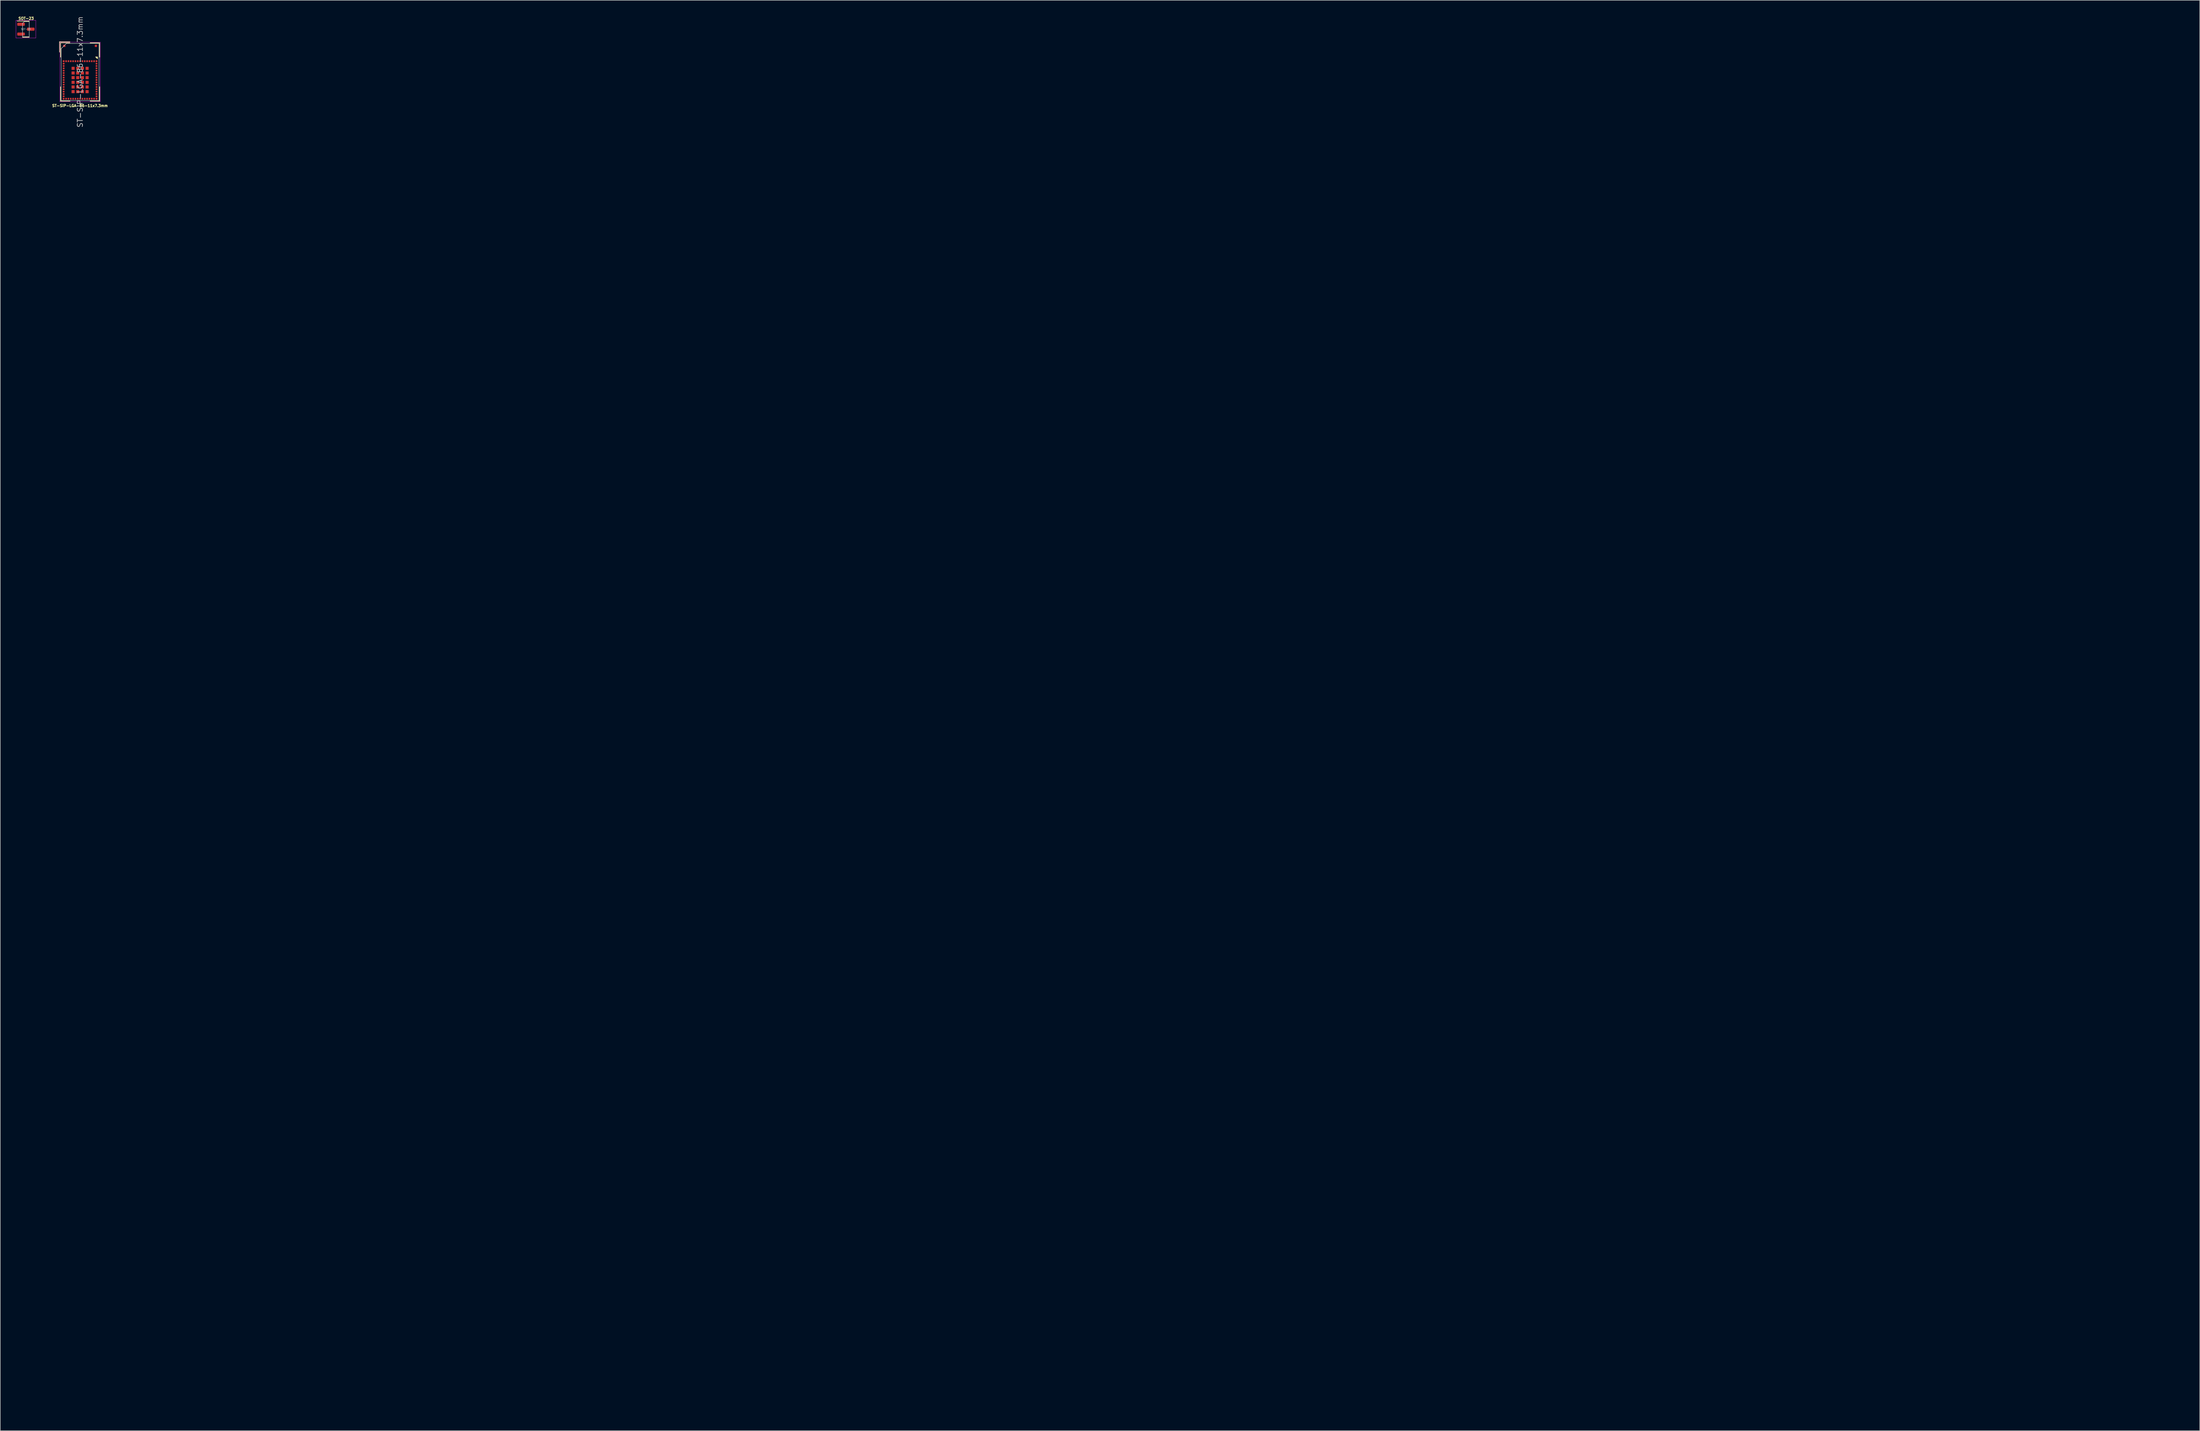
<source format=kicad_pcb>
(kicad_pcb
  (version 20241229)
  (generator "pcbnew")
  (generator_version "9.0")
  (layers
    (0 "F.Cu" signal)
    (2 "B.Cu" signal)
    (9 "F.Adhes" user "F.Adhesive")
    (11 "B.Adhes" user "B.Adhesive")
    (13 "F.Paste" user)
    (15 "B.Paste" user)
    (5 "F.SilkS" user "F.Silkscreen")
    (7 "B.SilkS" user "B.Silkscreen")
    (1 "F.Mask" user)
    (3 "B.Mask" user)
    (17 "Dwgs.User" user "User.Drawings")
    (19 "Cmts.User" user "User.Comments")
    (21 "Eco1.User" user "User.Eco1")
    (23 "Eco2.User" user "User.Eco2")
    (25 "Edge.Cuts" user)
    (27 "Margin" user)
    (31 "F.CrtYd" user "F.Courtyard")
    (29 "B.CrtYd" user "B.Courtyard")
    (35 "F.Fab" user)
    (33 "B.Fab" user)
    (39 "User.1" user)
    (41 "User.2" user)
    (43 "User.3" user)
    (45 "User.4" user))
  (footprint "ST-SiP-LGA-86-11x7.3mm"
    (layer "F.Cu")
    (at 12.408 10.839)
    (property "Reference" "ST-SiP-LGA-86-11x7.3mm" (at -0.024 6.515 0) (unlocked yes) (layer "F.SilkS") (effects (font (size 0.5 0.5) (thickness 0.125))))
    (attr smd)
    (fp_line (start -3.97 -3.83) (end -3.97 -5.83) (stroke (width 0.12) (type solid)) (layer "F.SilkS"))
    (fp_line (start -3.77 -5.625) (end -3.77 -2.87) (stroke (width 0.12) (type solid)) (layer "F.SilkS"))
    (fp_line (start -3.77 5.62) (end -3.77 2.87) (stroke (width 0.12) (type solid)) (layer "F.SilkS"))
    (fp_line (start -1.97 -5.83) (end -3.97 -5.83) (stroke (width 0.12) (type solid)) (layer "F.SilkS"))
    (fp_line (start -1.97 -5.625) (end -3.77 -5.625) (stroke (width 0.12) (type solid)) (layer "F.SilkS"))
    (fp_line (start -1.945 5.62) (end -3.77 5.62) (stroke (width 0.12) (type solid)) (layer "F.SilkS"))
    (fp_line (start 1.945 -5.62) (end 3.77 -5.62) (stroke (width 0.12) (type solid)) (layer "F.SilkS"))
    (fp_line (start 1.945 5.62) (end 3.77 5.62) (stroke (width 0.12) (type solid)) (layer "F.SilkS"))
    (fp_line (start 3.77 -5.62) (end 3.77 -2.87) (stroke (width 0.12) (type solid)) (layer "F.SilkS"))
    (fp_line (start 3.77 5.62) (end 3.77 2.87) (stroke (width 0.12) (type solid)) (layer "F.SilkS"))
    (fp_poly (pts (xy 3.35 -2.55) (xy 3 -2.9) (xy 3.35 -2.9)) (stroke (width 0.12) (type solid)) (fill yes) (layer "F.SilkS"))
    (fp_line (start -3.9 -5.75) (end 3.9 -5.75) (stroke (width 0.05) (type solid)) (layer "F.CrtYd"))
    (fp_line (start -3.9 5.75) (end -3.9 -5.75) (stroke (width 0.05) (type solid)) (layer "F.CrtYd"))
    (fp_line (start 3.9 -5.75) (end 3.9 5.75) (stroke (width 0.05) (type solid)) (layer "F.CrtYd"))
    (fp_line (start 3.9 5.75) (end -3.9 5.75) (stroke (width 0.05) (type solid)) (layer "F.CrtYd"))
    (fp_line (start -3.65 -4.5) (end -3.65 5.5) (stroke (width 0.1) (type solid)) (layer "F.Fab"))
    (fp_line (start -3.65 5.5) (end 3.65 5.5) (stroke (width 0.1) (type solid)) (layer "F.Fab"))
    (fp_line (start -2.65 -5.5) (end -3.65 -4.5) (stroke (width 0.1) (type solid)) (layer "F.Fab"))
    (fp_line (start 3.65 -5.5) (end -2.65 -5.5) (stroke (width 0.1) (type solid)) (layer "F.Fab"))
    (fp_line (start 3.65 5.5) (end 3.65 -5.5) (stroke (width 0.1) (type solid)) (layer "F.Fab"))
    (fp_text user "${REFERENCE}" (at 0 0 270) (layer "F.Fab") (effects (font (size 1 1) (thickness 0.15))))
    (pad "1" smd rect (at -3.175 -2.075) (size 0.35 0.35) (layers "F.Cu" "F.Mask" "F.Paste"))
    (pad "2" smd rect (at -3.175 -1.6) (size 0.35 0.3) (layers "F.Cu" "F.Mask" "F.Paste"))
    (pad "3" smd rect (at -3.175 -1.15) (size 0.35 0.3) (layers "F.Cu" "F.Mask" "F.Paste"))
    (pad "4" smd rect (at -3.175 -0.7) (size 0.35 0.3) (layers "F.Cu" "F.Mask" "F.Paste"))
    (pad "5" smd rect (at -3.175 -0.25) (size 0.35 0.3) (layers "F.Cu" "F.Mask" "F.Paste"))
    (pad "6" smd rect (at -3.175 0.2) (size 0.35 0.3) (layers "F.Cu" "F.Mask" "F.Paste"))
    (pad "7" smd rect (at -3.175 0.65) (size 0.35 0.3) (layers "F.Cu" "F.Mask" "F.Paste"))
    (pad "8" smd rect (at -3.175 1.1) (size 0.35 0.3) (layers "F.Cu" "F.Mask" "F.Paste"))
    (pad "9" smd rect (at -3.175 1.55) (size 0.35 0.3) (layers "F.Cu" "F.Mask" "F.Paste"))
    (pad "10" smd rect (at -3.175 2) (size 0.35 0.3) (layers "F.Cu" "F.Mask" "F.Paste"))
    (pad "11" smd rect (at -3.175 2.45) (size 0.35 0.3) (layers "F.Cu" "F.Mask" "F.Paste"))
    (pad "12" smd rect (at -3.175 2.9) (size 0.35 0.3) (layers "F.Cu" "F.Mask" "F.Paste"))
    (pad "13" smd rect (at -3.175 3.35) (size 0.35 0.3) (layers "F.Cu" "F.Mask" "F.Paste"))
    (pad "14" smd rect (at -3.175 3.8) (size 0.35 0.3) (layers "F.Cu" "F.Mask" "F.Paste"))
    (pad "15" smd rect (at -3.175 4.25) (size 0.35 0.3) (layers "F.Cu" "F.Mask" "F.Paste"))
    (pad "16" smd rect (at -3.175 4.7) (size 0.35 0.3) (layers "F.Cu" "F.Mask" "F.Paste"))
    (pad "17" smd rect (at -3.175 5.175) (size 0.35 0.35) (layers "F.Cu" "F.Mask" "F.Paste"))
    (pad "18" smd rect (at -2.7 5.175) (size 0.3 0.35) (layers "F.Cu" "F.Mask" "F.Paste"))
    (pad "19" smd rect (at -2.25 5.175) (size 0.3 0.35) (layers "F.Cu" "F.Mask" "F.Paste"))
    (pad "20" smd rect (at -1.8 5.175) (size 0.3 0.35) (layers "F.Cu" "F.Mask" "F.Paste"))
    (pad "21" smd rect (at -1.35 5.175) (size 0.3 0.35) (layers "F.Cu" "F.Mask" "F.Paste"))
    (pad "22" smd rect (at -0.9 5.175) (size 0.3 0.35) (layers "F.Cu" "F.Mask" "F.Paste"))
    (pad "23" smd rect (at -0.45 5.175) (size 0.3 0.35) (layers "F.Cu" "F.Mask" "F.Paste"))
    (pad "24" smd rect (at 0 5.175) (size 0.3 0.35) (layers "F.Cu" "F.Mask" "F.Paste"))
    (pad "25" smd rect (at 0.45 5.175) (size 0.3 0.35) (layers "F.Cu" "F.Mask" "F.Paste"))
    (pad "26" smd rect (at 0.9 5.175) (size 0.3 0.35) (layers "F.Cu" "F.Mask" "F.Paste"))
    (pad "27" smd rect (at 1.35 5.175) (size 0.3 0.35) (layers "F.Cu" "F.Mask" "F.Paste"))
    (pad "28" smd rect (at 1.8 5.175) (size 0.3 0.35) (layers "F.Cu" "F.Mask" "F.Paste"))
    (pad "29" smd rect (at 2.25 5.175) (size 0.3 0.35) (layers "F.Cu" "F.Mask" "F.Paste"))
    (pad "30" smd rect (at 2.7 5.175) (size 0.3 0.35) (layers "F.Cu" "F.Mask" "F.Paste"))
    (pad "31" smd rect (at 3.175 5.175) (size 0.35 0.35) (layers "F.Cu" "F.Mask" "F.Paste"))
    (pad "32" smd rect (at 3.175 4.7) (size 0.35 0.3) (layers "F.Cu" "F.Mask" "F.Paste"))
    (pad "33" smd rect (at 3.175 4.25) (size 0.35 0.3) (layers "F.Cu" "F.Mask" "F.Paste"))
    (pad "34" smd rect (at 3.175 3.8) (size 0.35 0.3) (layers "F.Cu" "F.Mask" "F.Paste"))
    (pad "35" smd rect (at 3.175 3.35) (size 0.35 0.3) (layers "F.Cu" "F.Mask" "F.Paste"))
    (pad "36" smd rect (at 3.175 2.9) (size 0.35 0.3) (layers "F.Cu" "F.Mask" "F.Paste"))
    (pad "37" smd rect (at 3.175 2.45) (size 0.35 0.3) (layers "F.Cu" "F.Mask" "F.Paste"))
    (pad "38" smd rect (at 3.175 2) (size 0.35 0.3) (layers "F.Cu" "F.Mask" "F.Paste"))
    (pad "39" smd rect (at 3.175 1.55) (size 0.35 0.3) (layers "F.Cu" "F.Mask" "F.Paste"))
    (pad "40" smd rect (at 3.175 1.1) (size 0.35 0.3) (layers "F.Cu" "F.Mask" "F.Paste"))
    (pad "41" smd rect (at 3.175 0.65) (size 0.35 0.3) (layers "F.Cu" "F.Mask" "F.Paste"))
    (pad "42" smd rect (at 3.175 0.2) (size 0.35 0.3) (layers "F.Cu" "F.Mask" "F.Paste"))
    (pad "43" smd rect (at 3.175 -0.25) (size 0.35 0.3) (layers "F.Cu" "F.Mask" "F.Paste"))
    (pad "44" smd rect (at 3.175 -0.7) (size 0.35 0.3) (layers "F.Cu" "F.Mask" "F.Paste"))
    (pad "45" smd rect (at 3.175 -1.15) (size 0.35 0.3) (layers "F.Cu" "F.Mask" "F.Paste"))
    (pad "46" smd rect (at 3.175 -1.6) (size 0.35 0.3) (layers "F.Cu" "F.Mask" "F.Paste"))
    (pad "47" smd rect (at 3.175 -2.075) (size 0.35 0.35) (layers "F.Cu" "F.Mask" "F.Paste"))
    (pad "48" smd rect (at 2.7 -2.075) (size 0.3 0.35) (layers "F.Cu" "F.Mask" "F.Paste"))
    (pad "49" smd rect (at 2.25 -2.075) (size 0.3 0.35) (layers "F.Cu" "F.Mask" "F.Paste"))
    (pad "50" smd rect (at 1.8 -2.075) (size 0.3 0.35) (layers "F.Cu" "F.Mask" "F.Paste"))
    (pad "51" smd rect (at 1.35 -2.075) (size 0.3 0.35) (layers "F.Cu" "F.Mask" "F.Paste"))
    (pad "52" smd rect (at 0.9 -2.075) (size 0.3 0.35) (layers "F.Cu" "F.Mask" "F.Paste"))
    (pad "53" smd rect (at 0.45 -2.075) (size 0.3 0.35) (layers "F.Cu" "F.Mask" "F.Paste"))
    (pad "54" smd rect (at 0 -2.075) (size 0.3 0.35) (layers "F.Cu" "F.Mask" "F.Paste"))
    (pad "55" smd rect (at -0.45 -2.075) (size 0.3 0.35) (layers "F.Cu" "F.Mask" "F.Paste"))
    (pad "56" smd rect (at -0.9 -2.075) (size 0.3 0.35) (layers "F.Cu" "F.Mask" "F.Paste"))
    (pad "57" smd rect (at -1.35 -2.075) (size 0.3 0.35) (layers "F.Cu" "F.Mask" "F.Paste"))
    (pad "58" smd rect (at -1.8 -2.075) (size 0.3 0.35) (layers "F.Cu" "F.Mask" "F.Paste"))
    (pad "59" smd rect (at -2.25 -2.075) (size 0.3 0.35) (layers "F.Cu" "F.Mask" "F.Paste"))
    (pad "60" smd rect (at -2.7 -2.075) (size 0.3 0.35) (layers "F.Cu" "F.Mask" "F.Paste"))
    (pad "61" smd rect (at -1.35 -0.7) (size 0.6 0.6) (layers "F.Cu" "F.Mask" "F.Paste"))
    (pad "62" smd rect (at -1.35 0.2) (size 0.6 0.6) (layers "F.Cu" "F.Mask" "F.Paste"))
    (pad "63" smd rect (at -1.35 1.1) (size 0.6 0.6) (layers "F.Cu" "F.Mask" "F.Paste"))
    (pad "64" smd rect (at -1.35 2) (size 0.6 0.6) (layers "F.Cu" "F.Mask" "F.Paste"))
    (pad "65" smd rect (at -1.35 2.9) (size 0.6 0.6) (layers "F.Cu" "F.Mask" "F.Paste"))
    (pad "66" smd rect (at -1.35 3.8) (size 0.6 0.6) (layers "F.Cu" "F.Mask" "F.Paste"))
    (pad "67" smd rect (at -0.45 3.8) (size 0.6 0.6) (layers "F.Cu" "F.Mask" "F.Paste"))
    (pad "68" smd rect (at 0.45 3.8) (size 0.6 0.6) (layers "F.Cu" "F.Mask" "F.Paste"))
    (pad "69" smd rect (at 1.35 3.8) (size 0.6 0.6) (layers "F.Cu" "F.Mask" "F.Paste"))
    (pad "70" smd rect (at 1.35 2.9) (size 0.6 0.6) (layers "F.Cu" "F.Mask" "F.Paste"))
    (pad "71" smd rect (at 1.35 2) (size 0.6 0.6) (layers "F.Cu" "F.Mask" "F.Paste"))
    (pad "72" smd rect (at 1.35 1.1) (size 0.6 0.6) (layers "F.Cu" "F.Mask" "F.Paste"))
    (pad "73" smd rect (at 1.35 0.2) (size 0.6 0.6) (layers "F.Cu" "F.Mask" "F.Paste"))
    (pad "74" smd rect (at 1.35 -0.7) (size 0.6 0.6) (layers "F.Cu" "F.Mask" "F.Paste"))
    (pad "75" smd rect (at 0.45 -0.7) (size 0.6 0.6) (layers "F.Cu" "F.Mask" "F.Paste"))
    (pad "76" smd rect (at -0.45 -0.7) (size 0.6 0.6) (layers "F.Cu" "F.Mask" "F.Paste"))
    (pad "77" smd rect (at -0.45 0.2) (size 0.6 0.6) (layers "F.Cu" "F.Mask" "F.Paste"))
    (pad "78" smd rect (at -0.45 1.1) (size 0.6 0.6) (layers "F.Cu" "F.Mask" "F.Paste"))
    (pad "79" smd rect (at -0.45 2) (size 0.6 0.6) (layers "F.Cu" "F.Mask" "F.Paste"))
    (pad "80" smd rect (at -0.45 2.9) (size 0.6 0.6) (layers "F.Cu" "F.Mask" "F.Paste"))
    (pad "81" smd rect (at 0.45 2.9) (size 0.6 0.6) (layers "F.Cu" "F.Mask" "F.Paste"))
    (pad "82" smd rect (at 0.45 2) (size 0.6 0.6) (layers "F.Cu" "F.Mask" "F.Paste"))
    (pad "83" smd rect (at 0.45 1.1) (size 0.6 0.6) (layers "F.Cu" "F.Mask" "F.Paste"))
    (pad "84" smd rect (at 0.45 0.2) (size 0.6 0.6) (layers "F.Cu" "F.Mask" "F.Paste"))
    (pad "85" smd rect (at -3.05 -5.035) (size 0.43 0.43) (layers "F.Cu" "F.Mask" "F.Paste"))
    (pad "86" smd rect (at 3.05 -5.035) (size 0.43 0.43) (layers "F.Cu" "F.Mask" "F.Paste"))
    (zone (net_name "") (layers "F.Cu" "B.Cu") (hatch full 0.508) (connect_pads) (min_thickness 0.254) (filled_areas_thickness no) (keepout (tracks not_allowed) (vias not_allowed) (pads allowed) (copperpour not_allowed) (footprints not_allowed)) (placement (enabled no)) (fill) (polygon (pts (xy 418.516 270.139) (xy 410.916 270.139) (xy 410.916 266.639) (xy 418.516 266.639)))))
  (footprint "SOT-23"
    (layer "F.Cu")
    (at 1.945 2.579)
    (property "Reference" "SOT-23" (at 0.046 -2.067 0) (layer "F.SilkS") (effects (font (size 0.5 0.5) (thickness 0.125))))
    (attr smd)
    (fp_line (start 0 -1.56) (end -1.675 -1.56) (stroke (width 0.12) (type solid)) (layer "F.SilkS"))
    (fp_line (start 0 -1.56) (end 0.65 -1.56) (stroke (width 0.12) (type solid)) (layer "F.SilkS"))
    (fp_line (start 0 1.56) (end -0.65 1.56) (stroke (width 0.12) (type solid)) (layer "F.SilkS"))
    (fp_line (start 0 1.56) (end 0.65 1.56) (stroke (width 0.12) (type solid)) (layer "F.SilkS"))
    (fp_line (start -1.92 -1.7) (end -1.92 1.7) (stroke (width 0.05) (type solid)) (layer "F.CrtYd"))
    (fp_line (start -1.92 1.7) (end 1.92 1.7) (stroke (width 0.05) (type solid)) (layer "F.CrtYd"))
    (fp_line (start 1.92 -1.7) (end -1.92 -1.7) (stroke (width 0.05) (type solid)) (layer "F.CrtYd"))
    (fp_line (start 1.92 1.7) (end 1.92 -1.7) (stroke (width 0.05) (type solid)) (layer "F.CrtYd"))
    (fp_line (start -0.65 -1.125) (end -0.325 -1.45) (stroke (width 0.1) (type solid)) (layer "F.Fab"))
    (fp_line (start -0.65 1.45) (end -0.65 -1.125) (stroke (width 0.1) (type solid)) (layer "F.Fab"))
    (fp_line (start -0.325 -1.45) (end 0.65 -1.45) (stroke (width 0.1) (type solid)) (layer "F.Fab"))
    (fp_line (start 0.65 -1.45) (end 0.65 1.45) (stroke (width 0.1) (type solid)) (layer "F.Fab"))
    (fp_line (start 0.65 1.45) (end -0.65 1.45) (stroke (width 0.1) (type solid)) (layer "F.Fab"))
    (fp_text user "${REFERENCE}" (at 0 0 180) (layer "F.Fab") (effects (font (size 0.32 0.32) (thickness 0.05))))
    (pad "1" smd roundrect (at -0.938 -0.95) (size 1.475 0.6) (layers "F.Cu" "F.Mask" "F.Paste") (roundrect_rratio 0.25))
    (pad "2" smd roundrect (at -0.938 0.95) (size 1.475 0.6) (layers "F.Cu" "F.Mask" "F.Paste") (roundrect_rratio 0.25))
    (pad "3" smd roundrect (at 0.938 0) (size 1.475 0.6) (layers "F.Cu" "F.Mask" "F.Paste") (roundrect_rratio 0.25)))
  (gr_rect
    (start -3 -3)
    (end 421.516 273.139)
    (stroke (width 0.1) (type default))
    (fill no)
    (layer "Edge.Cuts")))
</source>
